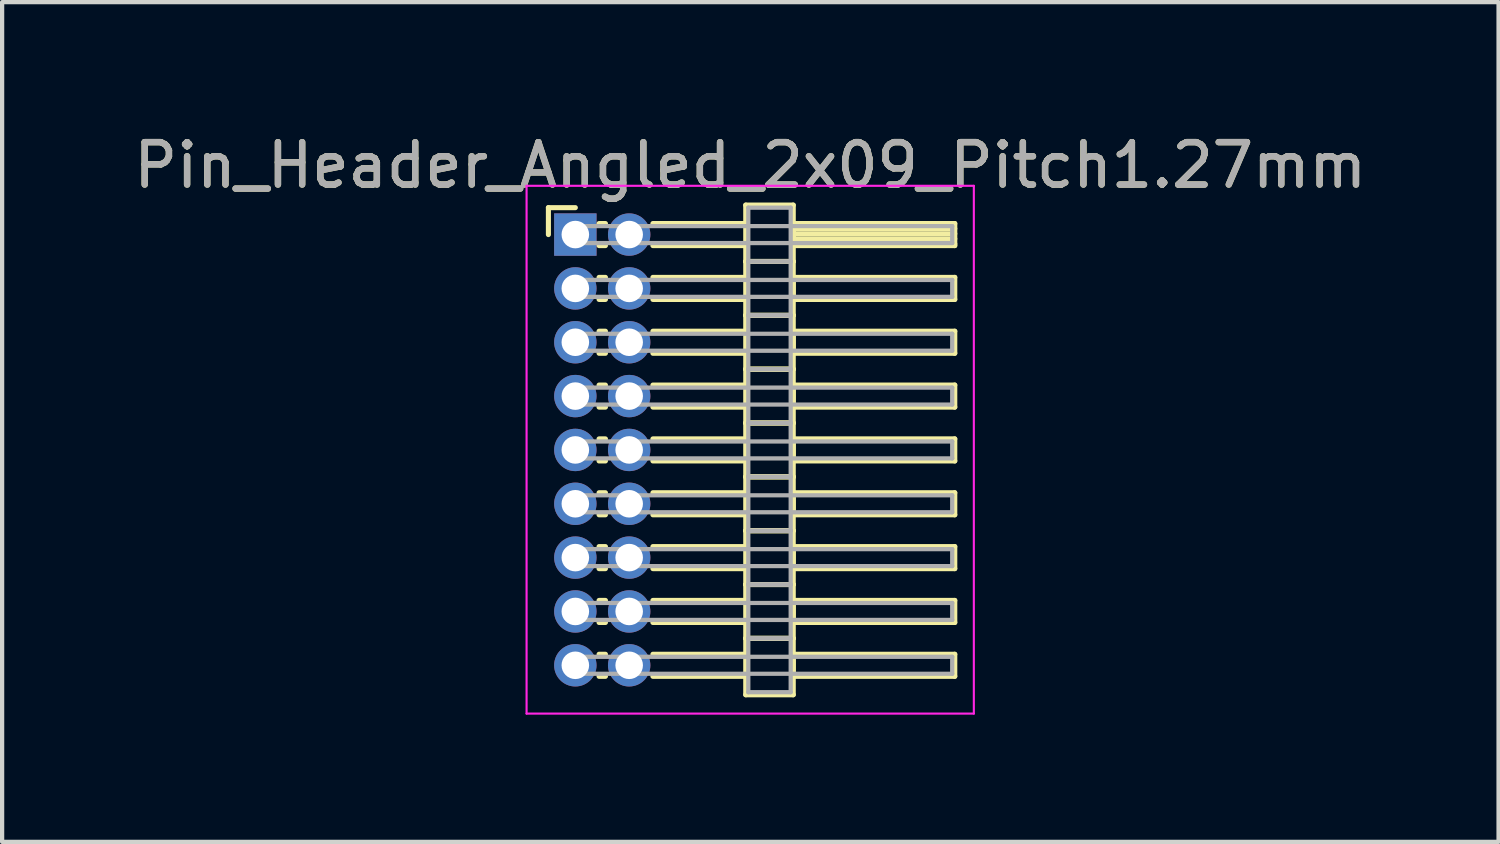
<source format=kicad_pcb>
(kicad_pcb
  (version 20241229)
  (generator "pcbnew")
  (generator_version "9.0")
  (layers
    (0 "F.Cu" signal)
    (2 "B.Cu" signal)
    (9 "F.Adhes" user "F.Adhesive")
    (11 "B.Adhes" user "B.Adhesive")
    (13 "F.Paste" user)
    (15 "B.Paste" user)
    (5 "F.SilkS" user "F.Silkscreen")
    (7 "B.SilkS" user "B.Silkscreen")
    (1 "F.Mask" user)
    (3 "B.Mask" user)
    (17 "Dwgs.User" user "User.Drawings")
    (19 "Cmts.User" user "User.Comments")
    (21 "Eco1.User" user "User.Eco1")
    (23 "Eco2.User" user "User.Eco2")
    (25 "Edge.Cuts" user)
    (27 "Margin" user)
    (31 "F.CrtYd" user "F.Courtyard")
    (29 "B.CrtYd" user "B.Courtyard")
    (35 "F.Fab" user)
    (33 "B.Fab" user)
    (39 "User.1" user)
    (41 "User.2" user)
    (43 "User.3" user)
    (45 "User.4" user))
  (footprint "Pin_Header_Angled_2x09_Pitch1.27mm"
    (layer "F.Cu")
    (at 10.521 2.483)
    (property "Reference" "Pin_Header_Angled_2x09_Pitch1.27mm" (at 4.128 -1.635 0) (layer "F.SilkS") (effects (font (size 1 1) (thickness 0.15))))
    (attr through_hole)
    (fp_line (start -0.635 -0.635) (end 0 -0.635) (stroke (width 0.12) (type solid)) (layer "F.SilkS"))
    (fp_line (start -0.635 0) (end -0.635 -0.635) (stroke (width 0.12) (type solid)) (layer "F.SilkS"))
    (fp_line (start 0.56 -0.26) (end 0.71 -0.26) (stroke (width 0.12) (type solid)) (layer "F.SilkS"))
    (fp_line (start 0.56 0.26) (end 0.71 0.26) (stroke (width 0.12) (type solid)) (layer "F.SilkS"))
    (fp_line (start 0.56 1.01) (end 0.71 1.01) (stroke (width 0.12) (type solid)) (layer "F.SilkS"))
    (fp_line (start 0.56 1.53) (end 0.71 1.53) (stroke (width 0.12) (type solid)) (layer "F.SilkS"))
    (fp_line (start 0.56 2.28) (end 0.71 2.28) (stroke (width 0.12) (type solid)) (layer "F.SilkS"))
    (fp_line (start 0.56 2.8) (end 0.71 2.8) (stroke (width 0.12) (type solid)) (layer "F.SilkS"))
    (fp_line (start 0.56 3.55) (end 0.71 3.55) (stroke (width 0.12) (type solid)) (layer "F.SilkS"))
    (fp_line (start 0.56 4.07) (end 0.71 4.07) (stroke (width 0.12) (type solid)) (layer "F.SilkS"))
    (fp_line (start 0.56 4.82) (end 0.71 4.82) (stroke (width 0.12) (type solid)) (layer "F.SilkS"))
    (fp_line (start 0.56 5.34) (end 0.71 5.34) (stroke (width 0.12) (type solid)) (layer "F.SilkS"))
    (fp_line (start 0.56 6.09) (end 0.71 6.09) (stroke (width 0.12) (type solid)) (layer "F.SilkS"))
    (fp_line (start 0.56 6.61) (end 0.71 6.61) (stroke (width 0.12) (type solid)) (layer "F.SilkS"))
    (fp_line (start 0.56 7.36) (end 0.71 7.36) (stroke (width 0.12) (type solid)) (layer "F.SilkS"))
    (fp_line (start 0.56 7.88) (end 0.71 7.88) (stroke (width 0.12) (type solid)) (layer "F.SilkS"))
    (fp_line (start 0.56 8.63) (end 0.71 8.63) (stroke (width 0.12) (type solid)) (layer "F.SilkS"))
    (fp_line (start 0.56 9.15) (end 0.71 9.15) (stroke (width 0.12) (type solid)) (layer "F.SilkS"))
    (fp_line (start 0.56 9.9) (end 0.71 9.9) (stroke (width 0.12) (type solid)) (layer "F.SilkS"))
    (fp_line (start 0.56 10.42) (end 0.71 10.42) (stroke (width 0.12) (type solid)) (layer "F.SilkS"))
    (fp_line (start 1.83 -0.26) (end 4.02 -0.26) (stroke (width 0.12) (type solid)) (layer "F.SilkS"))
    (fp_line (start 1.83 0.26) (end 4.02 0.26) (stroke (width 0.12) (type solid)) (layer "F.SilkS"))
    (fp_line (start 1.83 1.01) (end 4.02 1.01) (stroke (width 0.12) (type solid)) (layer "F.SilkS"))
    (fp_line (start 1.83 1.53) (end 4.02 1.53) (stroke (width 0.12) (type solid)) (layer "F.SilkS"))
    (fp_line (start 1.83 2.28) (end 4.02 2.28) (stroke (width 0.12) (type solid)) (layer "F.SilkS"))
    (fp_line (start 1.83 2.8) (end 4.02 2.8) (stroke (width 0.12) (type solid)) (layer "F.SilkS"))
    (fp_line (start 1.83 3.55) (end 4.02 3.55) (stroke (width 0.12) (type solid)) (layer "F.SilkS"))
    (fp_line (start 1.83 4.07) (end 4.02 4.07) (stroke (width 0.12) (type solid)) (layer "F.SilkS"))
    (fp_line (start 1.83 4.82) (end 4.02 4.82) (stroke (width 0.12) (type solid)) (layer "F.SilkS"))
    (fp_line (start 1.83 5.34) (end 4.02 5.34) (stroke (width 0.12) (type solid)) (layer "F.SilkS"))
    (fp_line (start 1.83 6.09) (end 4.02 6.09) (stroke (width 0.12) (type solid)) (layer "F.SilkS"))
    (fp_line (start 1.83 6.61) (end 4.02 6.61) (stroke (width 0.12) (type solid)) (layer "F.SilkS"))
    (fp_line (start 1.83 7.36) (end 4.02 7.36) (stroke (width 0.12) (type solid)) (layer "F.SilkS"))
    (fp_line (start 1.83 7.88) (end 4.02 7.88) (stroke (width 0.12) (type solid)) (layer "F.SilkS"))
    (fp_line (start 1.83 8.63) (end 4.02 8.63) (stroke (width 0.12) (type solid)) (layer "F.SilkS"))
    (fp_line (start 1.83 9.15) (end 4.02 9.15) (stroke (width 0.12) (type solid)) (layer "F.SilkS"))
    (fp_line (start 1.83 9.9) (end 4.02 9.9) (stroke (width 0.12) (type solid)) (layer "F.SilkS"))
    (fp_line (start 1.83 10.42) (end 4.02 10.42) (stroke (width 0.12) (type solid)) (layer "F.SilkS"))
    (fp_line (start 4.02 -0.695) (end 4.02 0.635) (stroke (width 0.12) (type solid)) (layer "F.SilkS"))
    (fp_line (start 4.02 0.635) (end 4.02 1.905) (stroke (width 0.12) (type solid)) (layer "F.SilkS"))
    (fp_line (start 4.02 0.635) (end 5.14 0.635) (stroke (width 0.12) (type solid)) (layer "F.SilkS"))
    (fp_line (start 4.02 1.905) (end 4.02 3.175) (stroke (width 0.12) (type solid)) (layer "F.SilkS"))
    (fp_line (start 4.02 1.905) (end 5.14 1.905) (stroke (width 0.12) (type solid)) (layer "F.SilkS"))
    (fp_line (start 4.02 3.175) (end 4.02 4.445) (stroke (width 0.12) (type solid)) (layer "F.SilkS"))
    (fp_line (start 4.02 3.175) (end 5.14 3.175) (stroke (width 0.12) (type solid)) (layer "F.SilkS"))
    (fp_line (start 4.02 4.445) (end 4.02 5.715) (stroke (width 0.12) (type solid)) (layer "F.SilkS"))
    (fp_line (start 4.02 4.445) (end 5.14 4.445) (stroke (width 0.12) (type solid)) (layer "F.SilkS"))
    (fp_line (start 4.02 5.715) (end 4.02 6.985) (stroke (width 0.12) (type solid)) (layer "F.SilkS"))
    (fp_line (start 4.02 5.715) (end 5.14 5.715) (stroke (width 0.12) (type solid)) (layer "F.SilkS"))
    (fp_line (start 4.02 6.985) (end 4.02 8.255) (stroke (width 0.12) (type solid)) (layer "F.SilkS"))
    (fp_line (start 4.02 6.985) (end 5.14 6.985) (stroke (width 0.12) (type solid)) (layer "F.SilkS"))
    (fp_line (start 4.02 8.255) (end 4.02 9.525) (stroke (width 0.12) (type solid)) (layer "F.SilkS"))
    (fp_line (start 4.02 8.255) (end 5.14 8.255) (stroke (width 0.12) (type solid)) (layer "F.SilkS"))
    (fp_line (start 4.02 9.525) (end 4.02 10.855) (stroke (width 0.12) (type solid)) (layer "F.SilkS"))
    (fp_line (start 4.02 9.525) (end 5.14 9.525) (stroke (width 0.12) (type solid)) (layer "F.SilkS"))
    (fp_line (start 4.02 10.855) (end 5.14 10.855) (stroke (width 0.12) (type solid)) (layer "F.SilkS"))
    (fp_line (start 5.14 -0.695) (end 4.02 -0.695) (stroke (width 0.12) (type solid)) (layer "F.SilkS"))
    (fp_line (start 5.14 -0.26) (end 5.14 0.26) (stroke (width 0.12) (type solid)) (layer "F.SilkS"))
    (fp_line (start 5.14 -0.14) (end 8.95 -0.14) (stroke (width 0.12) (type solid)) (layer "F.SilkS"))
    (fp_line (start 5.14 -0.02) (end 8.95 -0.02) (stroke (width 0.12) (type solid)) (layer "F.SilkS"))
    (fp_line (start 5.14 0.1) (end 8.95 0.1) (stroke (width 0.12) (type solid)) (layer "F.SilkS"))
    (fp_line (start 5.14 0.22) (end 8.95 0.22) (stroke (width 0.12) (type solid)) (layer "F.SilkS"))
    (fp_line (start 5.14 0.26) (end 8.95 0.26) (stroke (width 0.12) (type solid)) (layer "F.SilkS"))
    (fp_line (start 5.14 0.635) (end 4.02 0.635) (stroke (width 0.12) (type solid)) (layer "F.SilkS"))
    (fp_line (start 5.14 0.635) (end 5.14 -0.695) (stroke (width 0.12) (type solid)) (layer "F.SilkS"))
    (fp_line (start 5.14 1.01) (end 5.14 1.53) (stroke (width 0.12) (type solid)) (layer "F.SilkS"))
    (fp_line (start 5.14 1.53) (end 8.95 1.53) (stroke (width 0.12) (type solid)) (layer "F.SilkS"))
    (fp_line (start 5.14 1.905) (end 4.02 1.905) (stroke (width 0.12) (type solid)) (layer "F.SilkS"))
    (fp_line (start 5.14 1.905) (end 5.14 0.635) (stroke (width 0.12) (type solid)) (layer "F.SilkS"))
    (fp_line (start 5.14 2.28) (end 5.14 2.8) (stroke (width 0.12) (type solid)) (layer "F.SilkS"))
    (fp_line (start 5.14 2.8) (end 8.95 2.8) (stroke (width 0.12) (type solid)) (layer "F.SilkS"))
    (fp_line (start 5.14 3.175) (end 4.02 3.175) (stroke (width 0.12) (type solid)) (layer "F.SilkS"))
    (fp_line (start 5.14 3.175) (end 5.14 1.905) (stroke (width 0.12) (type solid)) (layer "F.SilkS"))
    (fp_line (start 5.14 3.55) (end 5.14 4.07) (stroke (width 0.12) (type solid)) (layer "F.SilkS"))
    (fp_line (start 5.14 4.07) (end 8.95 4.07) (stroke (width 0.12) (type solid)) (layer "F.SilkS"))
    (fp_line (start 5.14 4.445) (end 4.02 4.445) (stroke (width 0.12) (type solid)) (layer "F.SilkS"))
    (fp_line (start 5.14 4.445) (end 5.14 3.175) (stroke (width 0.12) (type solid)) (layer "F.SilkS"))
    (fp_line (start 5.14 4.82) (end 5.14 5.34) (stroke (width 0.12) (type solid)) (layer "F.SilkS"))
    (fp_line (start 5.14 5.34) (end 8.95 5.34) (stroke (width 0.12) (type solid)) (layer "F.SilkS"))
    (fp_line (start 5.14 5.715) (end 4.02 5.715) (stroke (width 0.12) (type solid)) (layer "F.SilkS"))
    (fp_line (start 5.14 5.715) (end 5.14 4.445) (stroke (width 0.12) (type solid)) (layer "F.SilkS"))
    (fp_line (start 5.14 6.09) (end 5.14 6.61) (stroke (width 0.12) (type solid)) (layer "F.SilkS"))
    (fp_line (start 5.14 6.61) (end 8.95 6.61) (stroke (width 0.12) (type solid)) (layer "F.SilkS"))
    (fp_line (start 5.14 6.985) (end 4.02 6.985) (stroke (width 0.12) (type solid)) (layer "F.SilkS"))
    (fp_line (start 5.14 6.985) (end 5.14 5.715) (stroke (width 0.12) (type solid)) (layer "F.SilkS"))
    (fp_line (start 5.14 7.36) (end 5.14 7.88) (stroke (width 0.12) (type solid)) (layer "F.SilkS"))
    (fp_line (start 5.14 7.88) (end 8.95 7.88) (stroke (width 0.12) (type solid)) (layer "F.SilkS"))
    (fp_line (start 5.14 8.255) (end 4.02 8.255) (stroke (width 0.12) (type solid)) (layer "F.SilkS"))
    (fp_line (start 5.14 8.255) (end 5.14 6.985) (stroke (width 0.12) (type solid)) (layer "F.SilkS"))
    (fp_line (start 5.14 8.63) (end 5.14 9.15) (stroke (width 0.12) (type solid)) (layer "F.SilkS"))
    (fp_line (start 5.14 9.15) (end 8.95 9.15) (stroke (width 0.12) (type solid)) (layer "F.SilkS"))
    (fp_line (start 5.14 9.525) (end 4.02 9.525) (stroke (width 0.12) (type solid)) (layer "F.SilkS"))
    (fp_line (start 5.14 9.525) (end 5.14 8.255) (stroke (width 0.12) (type solid)) (layer "F.SilkS"))
    (fp_line (start 5.14 9.9) (end 5.14 10.42) (stroke (width 0.12) (type solid)) (layer "F.SilkS"))
    (fp_line (start 5.14 10.42) (end 8.95 10.42) (stroke (width 0.12) (type solid)) (layer "F.SilkS"))
    (fp_line (start 5.14 10.855) (end 5.14 9.525) (stroke (width 0.12) (type solid)) (layer "F.SilkS"))
    (fp_line (start 8.95 -0.26) (end 5.14 -0.26) (stroke (width 0.12) (type solid)) (layer "F.SilkS"))
    (fp_line (start 8.95 0.26) (end 8.95 -0.26) (stroke (width 0.12) (type solid)) (layer "F.SilkS"))
    (fp_line (start 8.95 1.01) (end 5.14 1.01) (stroke (width 0.12) (type solid)) (layer "F.SilkS"))
    (fp_line (start 8.95 1.53) (end 8.95 1.01) (stroke (width 0.12) (type solid)) (layer "F.SilkS"))
    (fp_line (start 8.95 2.28) (end 5.14 2.28) (stroke (width 0.12) (type solid)) (layer "F.SilkS"))
    (fp_line (start 8.95 2.8) (end 8.95 2.28) (stroke (width 0.12) (type solid)) (layer "F.SilkS"))
    (fp_line (start 8.95 3.55) (end 5.14 3.55) (stroke (width 0.12) (type solid)) (layer "F.SilkS"))
    (fp_line (start 8.95 4.07) (end 8.95 3.55) (stroke (width 0.12) (type solid)) (layer "F.SilkS"))
    (fp_line (start 8.95 4.82) (end 5.14 4.82) (stroke (width 0.12) (type solid)) (layer "F.SilkS"))
    (fp_line (start 8.95 5.34) (end 8.95 4.82) (stroke (width 0.12) (type solid)) (layer "F.SilkS"))
    (fp_line (start 8.95 6.09) (end 5.14 6.09) (stroke (width 0.12) (type solid)) (layer "F.SilkS"))
    (fp_line (start 8.95 6.61) (end 8.95 6.09) (stroke (width 0.12) (type solid)) (layer "F.SilkS"))
    (fp_line (start 8.95 7.36) (end 5.14 7.36) (stroke (width 0.12) (type solid)) (layer "F.SilkS"))
    (fp_line (start 8.95 7.88) (end 8.95 7.36) (stroke (width 0.12) (type solid)) (layer "F.SilkS"))
    (fp_line (start 8.95 8.63) (end 5.14 8.63) (stroke (width 0.12) (type solid)) (layer "F.SilkS"))
    (fp_line (start 8.95 9.15) (end 8.95 8.63) (stroke (width 0.12) (type solid)) (layer "F.SilkS"))
    (fp_line (start 8.95 9.9) (end 5.14 9.9) (stroke (width 0.12) (type solid)) (layer "F.SilkS"))
    (fp_line (start 8.95 10.42) (end 8.95 9.9) (stroke (width 0.12) (type solid)) (layer "F.SilkS"))
    (fp_line (start -1.15 -1.15) (end -1.15 11.3) (stroke (width 0.05) (type solid)) (layer "F.CrtYd"))
    (fp_line (start -1.15 11.3) (end 9.4 11.3) (stroke (width 0.05) (type solid)) (layer "F.CrtYd"))
    (fp_line (start 9.4 -1.15) (end -1.15 -1.15) (stroke (width 0.05) (type solid)) (layer "F.CrtYd"))
    (fp_line (start 9.4 11.3) (end 9.4 -1.15) (stroke (width 0.05) (type solid)) (layer "F.CrtYd"))
    (fp_line (start 0 -0.2) (end 0 0.2) (stroke (width 0.1) (type solid)) (layer "F.Fab"))
    (fp_line (start 0 0.2) (end 8.89 0.2) (stroke (width 0.1) (type solid)) (layer "F.Fab"))
    (fp_line (start 0 1.07) (end 0 1.47) (stroke (width 0.1) (type solid)) (layer "F.Fab"))
    (fp_line (start 0 1.47) (end 8.89 1.47) (stroke (width 0.1) (type solid)) (layer "F.Fab"))
    (fp_line (start 0 2.34) (end 0 2.74) (stroke (width 0.1) (type solid)) (layer "F.Fab"))
    (fp_line (start 0 2.74) (end 8.89 2.74) (stroke (width 0.1) (type solid)) (layer "F.Fab"))
    (fp_line (start 0 3.61) (end 0 4.01) (stroke (width 0.1) (type solid)) (layer "F.Fab"))
    (fp_line (start 0 4.01) (end 8.89 4.01) (stroke (width 0.1) (type solid)) (layer "F.Fab"))
    (fp_line (start 0 4.88) (end 0 5.28) (stroke (width 0.1) (type solid)) (layer "F.Fab"))
    (fp_line (start 0 5.28) (end 8.89 5.28) (stroke (width 0.1) (type solid)) (layer "F.Fab"))
    (fp_line (start 0 6.15) (end 0 6.55) (stroke (width 0.1) (type solid)) (layer "F.Fab"))
    (fp_line (start 0 6.55) (end 8.89 6.55) (stroke (width 0.1) (type solid)) (layer "F.Fab"))
    (fp_line (start 0 7.42) (end 0 7.82) (stroke (width 0.1) (type solid)) (layer "F.Fab"))
    (fp_line (start 0 7.82) (end 8.89 7.82) (stroke (width 0.1) (type solid)) (layer "F.Fab"))
    (fp_line (start 0 8.69) (end 0 9.09) (stroke (width 0.1) (type solid)) (layer "F.Fab"))
    (fp_line (start 0 9.09) (end 8.89 9.09) (stroke (width 0.1) (type solid)) (layer "F.Fab"))
    (fp_line (start 0 9.96) (end 0 10.36) (stroke (width 0.1) (type solid)) (layer "F.Fab"))
    (fp_line (start 0 10.36) (end 8.89 10.36) (stroke (width 0.1) (type solid)) (layer "F.Fab"))
    (fp_line (start 4.08 -0.635) (end 4.08 0.635) (stroke (width 0.1) (type solid)) (layer "F.Fab"))
    (fp_line (start 4.08 0.635) (end 4.08 1.905) (stroke (width 0.1) (type solid)) (layer "F.Fab"))
    (fp_line (start 4.08 0.635) (end 5.08 0.635) (stroke (width 0.1) (type solid)) (layer "F.Fab"))
    (fp_line (start 4.08 1.905) (end 4.08 3.175) (stroke (width 0.1) (type solid)) (layer "F.Fab"))
    (fp_line (start 4.08 1.905) (end 5.08 1.905) (stroke (width 0.1) (type solid)) (layer "F.Fab"))
    (fp_line (start 4.08 3.175) (end 4.08 4.445) (stroke (width 0.1) (type solid)) (layer "F.Fab"))
    (fp_line (start 4.08 3.175) (end 5.08 3.175) (stroke (width 0.1) (type solid)) (layer "F.Fab"))
    (fp_line (start 4.08 4.445) (end 4.08 5.715) (stroke (width 0.1) (type solid)) (layer "F.Fab"))
    (fp_line (start 4.08 4.445) (end 5.08 4.445) (stroke (width 0.1) (type solid)) (layer "F.Fab"))
    (fp_line (start 4.08 5.715) (end 4.08 6.985) (stroke (width 0.1) (type solid)) (layer "F.Fab"))
    (fp_line (start 4.08 5.715) (end 5.08 5.715) (stroke (width 0.1) (type solid)) (layer "F.Fab"))
    (fp_line (start 4.08 6.985) (end 4.08 8.255) (stroke (width 0.1) (type solid)) (layer "F.Fab"))
    (fp_line (start 4.08 6.985) (end 5.08 6.985) (stroke (width 0.1) (type solid)) (layer "F.Fab"))
    (fp_line (start 4.08 8.255) (end 4.08 9.525) (stroke (width 0.1) (type solid)) (layer "F.Fab"))
    (fp_line (start 4.08 8.255) (end 5.08 8.255) (stroke (width 0.1) (type solid)) (layer "F.Fab"))
    (fp_line (start 4.08 9.525) (end 4.08 10.795) (stroke (width 0.1) (type solid)) (layer "F.Fab"))
    (fp_line (start 4.08 9.525) (end 5.08 9.525) (stroke (width 0.1) (type solid)) (layer "F.Fab"))
    (fp_line (start 4.08 10.795) (end 5.08 10.795) (stroke (width 0.1) (type solid)) (layer "F.Fab"))
    (fp_line (start 5.08 -0.635) (end 4.08 -0.635) (stroke (width 0.1) (type solid)) (layer "F.Fab"))
    (fp_line (start 5.08 0.635) (end 4.08 0.635) (stroke (width 0.1) (type solid)) (layer "F.Fab"))
    (fp_line (start 5.08 0.635) (end 5.08 -0.635) (stroke (width 0.1) (type solid)) (layer "F.Fab"))
    (fp_line (start 5.08 1.905) (end 4.08 1.905) (stroke (width 0.1) (type solid)) (layer "F.Fab"))
    (fp_line (start 5.08 1.905) (end 5.08 0.635) (stroke (width 0.1) (type solid)) (layer "F.Fab"))
    (fp_line (start 5.08 3.175) (end 4.08 3.175) (stroke (width 0.1) (type solid)) (layer "F.Fab"))
    (fp_line (start 5.08 3.175) (end 5.08 1.905) (stroke (width 0.1) (type solid)) (layer "F.Fab"))
    (fp_line (start 5.08 4.445) (end 4.08 4.445) (stroke (width 0.1) (type solid)) (layer "F.Fab"))
    (fp_line (start 5.08 4.445) (end 5.08 3.175) (stroke (width 0.1) (type solid)) (layer "F.Fab"))
    (fp_line (start 5.08 5.715) (end 4.08 5.715) (stroke (width 0.1) (type solid)) (layer "F.Fab"))
    (fp_line (start 5.08 5.715) (end 5.08 4.445) (stroke (width 0.1) (type solid)) (layer "F.Fab"))
    (fp_line (start 5.08 6.985) (end 4.08 6.985) (stroke (width 0.1) (type solid)) (layer "F.Fab"))
    (fp_line (start 5.08 6.985) (end 5.08 5.715) (stroke (width 0.1) (type solid)) (layer "F.Fab"))
    (fp_line (start 5.08 8.255) (end 4.08 8.255) (stroke (width 0.1) (type solid)) (layer "F.Fab"))
    (fp_line (start 5.08 8.255) (end 5.08 6.985) (stroke (width 0.1) (type solid)) (layer "F.Fab"))
    (fp_line (start 5.08 9.525) (end 4.08 9.525) (stroke (width 0.1) (type solid)) (layer "F.Fab"))
    (fp_line (start 5.08 9.525) (end 5.08 8.255) (stroke (width 0.1) (type solid)) (layer "F.Fab"))
    (fp_line (start 5.08 10.795) (end 5.08 9.525) (stroke (width 0.1) (type solid)) (layer "F.Fab"))
    (fp_line (start 8.89 -0.2) (end 0 -0.2) (stroke (width 0.1) (type solid)) (layer "F.Fab"))
    (fp_line (start 8.89 0.2) (end 8.89 -0.2) (stroke (width 0.1) (type solid)) (layer "F.Fab"))
    (fp_line (start 8.89 1.07) (end 0 1.07) (stroke (width 0.1) (type solid)) (layer "F.Fab"))
    (fp_line (start 8.89 1.47) (end 8.89 1.07) (stroke (width 0.1) (type solid)) (layer "F.Fab"))
    (fp_line (start 8.89 2.34) (end 0 2.34) (stroke (width 0.1) (type solid)) (layer "F.Fab"))
    (fp_line (start 8.89 2.74) (end 8.89 2.34) (stroke (width 0.1) (type solid)) (layer "F.Fab"))
    (fp_line (start 8.89 3.61) (end 0 3.61) (stroke (width 0.1) (type solid)) (layer "F.Fab"))
    (fp_line (start 8.89 4.01) (end 8.89 3.61) (stroke (width 0.1) (type solid)) (layer "F.Fab"))
    (fp_line (start 8.89 4.88) (end 0 4.88) (stroke (width 0.1) (type solid)) (layer "F.Fab"))
    (fp_line (start 8.89 5.28) (end 8.89 4.88) (stroke (width 0.1) (type solid)) (layer "F.Fab"))
    (fp_line (start 8.89 6.15) (end 0 6.15) (stroke (width 0.1) (type solid)) (layer "F.Fab"))
    (fp_line (start 8.89 6.55) (end 8.89 6.15) (stroke (width 0.1) (type solid)) (layer "F.Fab"))
    (fp_line (start 8.89 7.42) (end 0 7.42) (stroke (width 0.1) (type solid)) (layer "F.Fab"))
    (fp_line (start 8.89 7.82) (end 8.89 7.42) (stroke (width 0.1) (type solid)) (layer "F.Fab"))
    (fp_line (start 8.89 8.69) (end 0 8.69) (stroke (width 0.1) (type solid)) (layer "F.Fab"))
    (fp_line (start 8.89 9.09) (end 8.89 8.69) (stroke (width 0.1) (type solid)) (layer "F.Fab"))
    (fp_line (start 8.89 9.96) (end 0 9.96) (stroke (width 0.1) (type solid)) (layer "F.Fab"))
    (fp_line (start 8.89 10.36) (end 8.89 9.96) (stroke (width 0.1) (type solid)) (layer "F.Fab"))
    (fp_text user "${REFERENCE}" (at 4.128 -1.635 0) (layer "F.Fab") (effects (font (size 1 1) (thickness 0.15))))
    (pad "1" thru_hole rect (at 0 0) (size 1 1) (drill 0.65) (layers "*.Cu" "*.Mask"))
    (pad "2" thru_hole oval (at 1.27 0) (size 1 1) (drill 0.65) (layers "*.Cu" "*.Mask"))
    (pad "3" thru_hole oval (at 0 1.27) (size 1 1) (drill 0.65) (layers "*.Cu" "*.Mask"))
    (pad "4" thru_hole oval (at 1.27 1.27) (size 1 1) (drill 0.65) (layers "*.Cu" "*.Mask"))
    (pad "5" thru_hole oval (at 0 2.54) (size 1 1) (drill 0.65) (layers "*.Cu" "*.Mask"))
    (pad "6" thru_hole oval (at 1.27 2.54) (size 1 1) (drill 0.65) (layers "*.Cu" "*.Mask"))
    (pad "7" thru_hole oval (at 0 3.81) (size 1 1) (drill 0.65) (layers "*.Cu" "*.Mask"))
    (pad "8" thru_hole oval (at 1.27 3.81) (size 1 1) (drill 0.65) (layers "*.Cu" "*.Mask"))
    (pad "9" thru_hole oval (at 0 5.08) (size 1 1) (drill 0.65) (layers "*.Cu" "*.Mask"))
    (pad "10" thru_hole oval (at 1.27 5.08) (size 1 1) (drill 0.65) (layers "*.Cu" "*.Mask"))
    (pad "11" thru_hole oval (at 0 6.35) (size 1 1) (drill 0.65) (layers "*.Cu" "*.Mask"))
    (pad "12" thru_hole oval (at 1.27 6.35) (size 1 1) (drill 0.65) (layers "*.Cu" "*.Mask"))
    (pad "13" thru_hole oval (at 0 7.62) (size 1 1) (drill 0.65) (layers "*.Cu" "*.Mask"))
    (pad "14" thru_hole oval (at 1.27 7.62) (size 1 1) (drill 0.65) (layers "*.Cu" "*.Mask"))
    (pad "15" thru_hole oval (at 0 8.89) (size 1 1) (drill 0.65) (layers "*.Cu" "*.Mask"))
    (pad "16" thru_hole oval (at 1.27 8.89) (size 1 1) (drill 0.65) (layers "*.Cu" "*.Mask"))
    (pad "17" thru_hole oval (at 0 10.16) (size 1 1) (drill 0.65) (layers "*.Cu" "*.Mask"))
    (pad "18" thru_hole oval (at 1.27 10.16) (size 1 1) (drill 0.65) (layers "*.Cu" "*.Mask")))
  (gr_rect
    (start -3 -3)
    (end 32.298 16.808)
    (stroke (width 0.1) (type default))
    (fill no)
    (layer "Edge.Cuts")))
</source>
